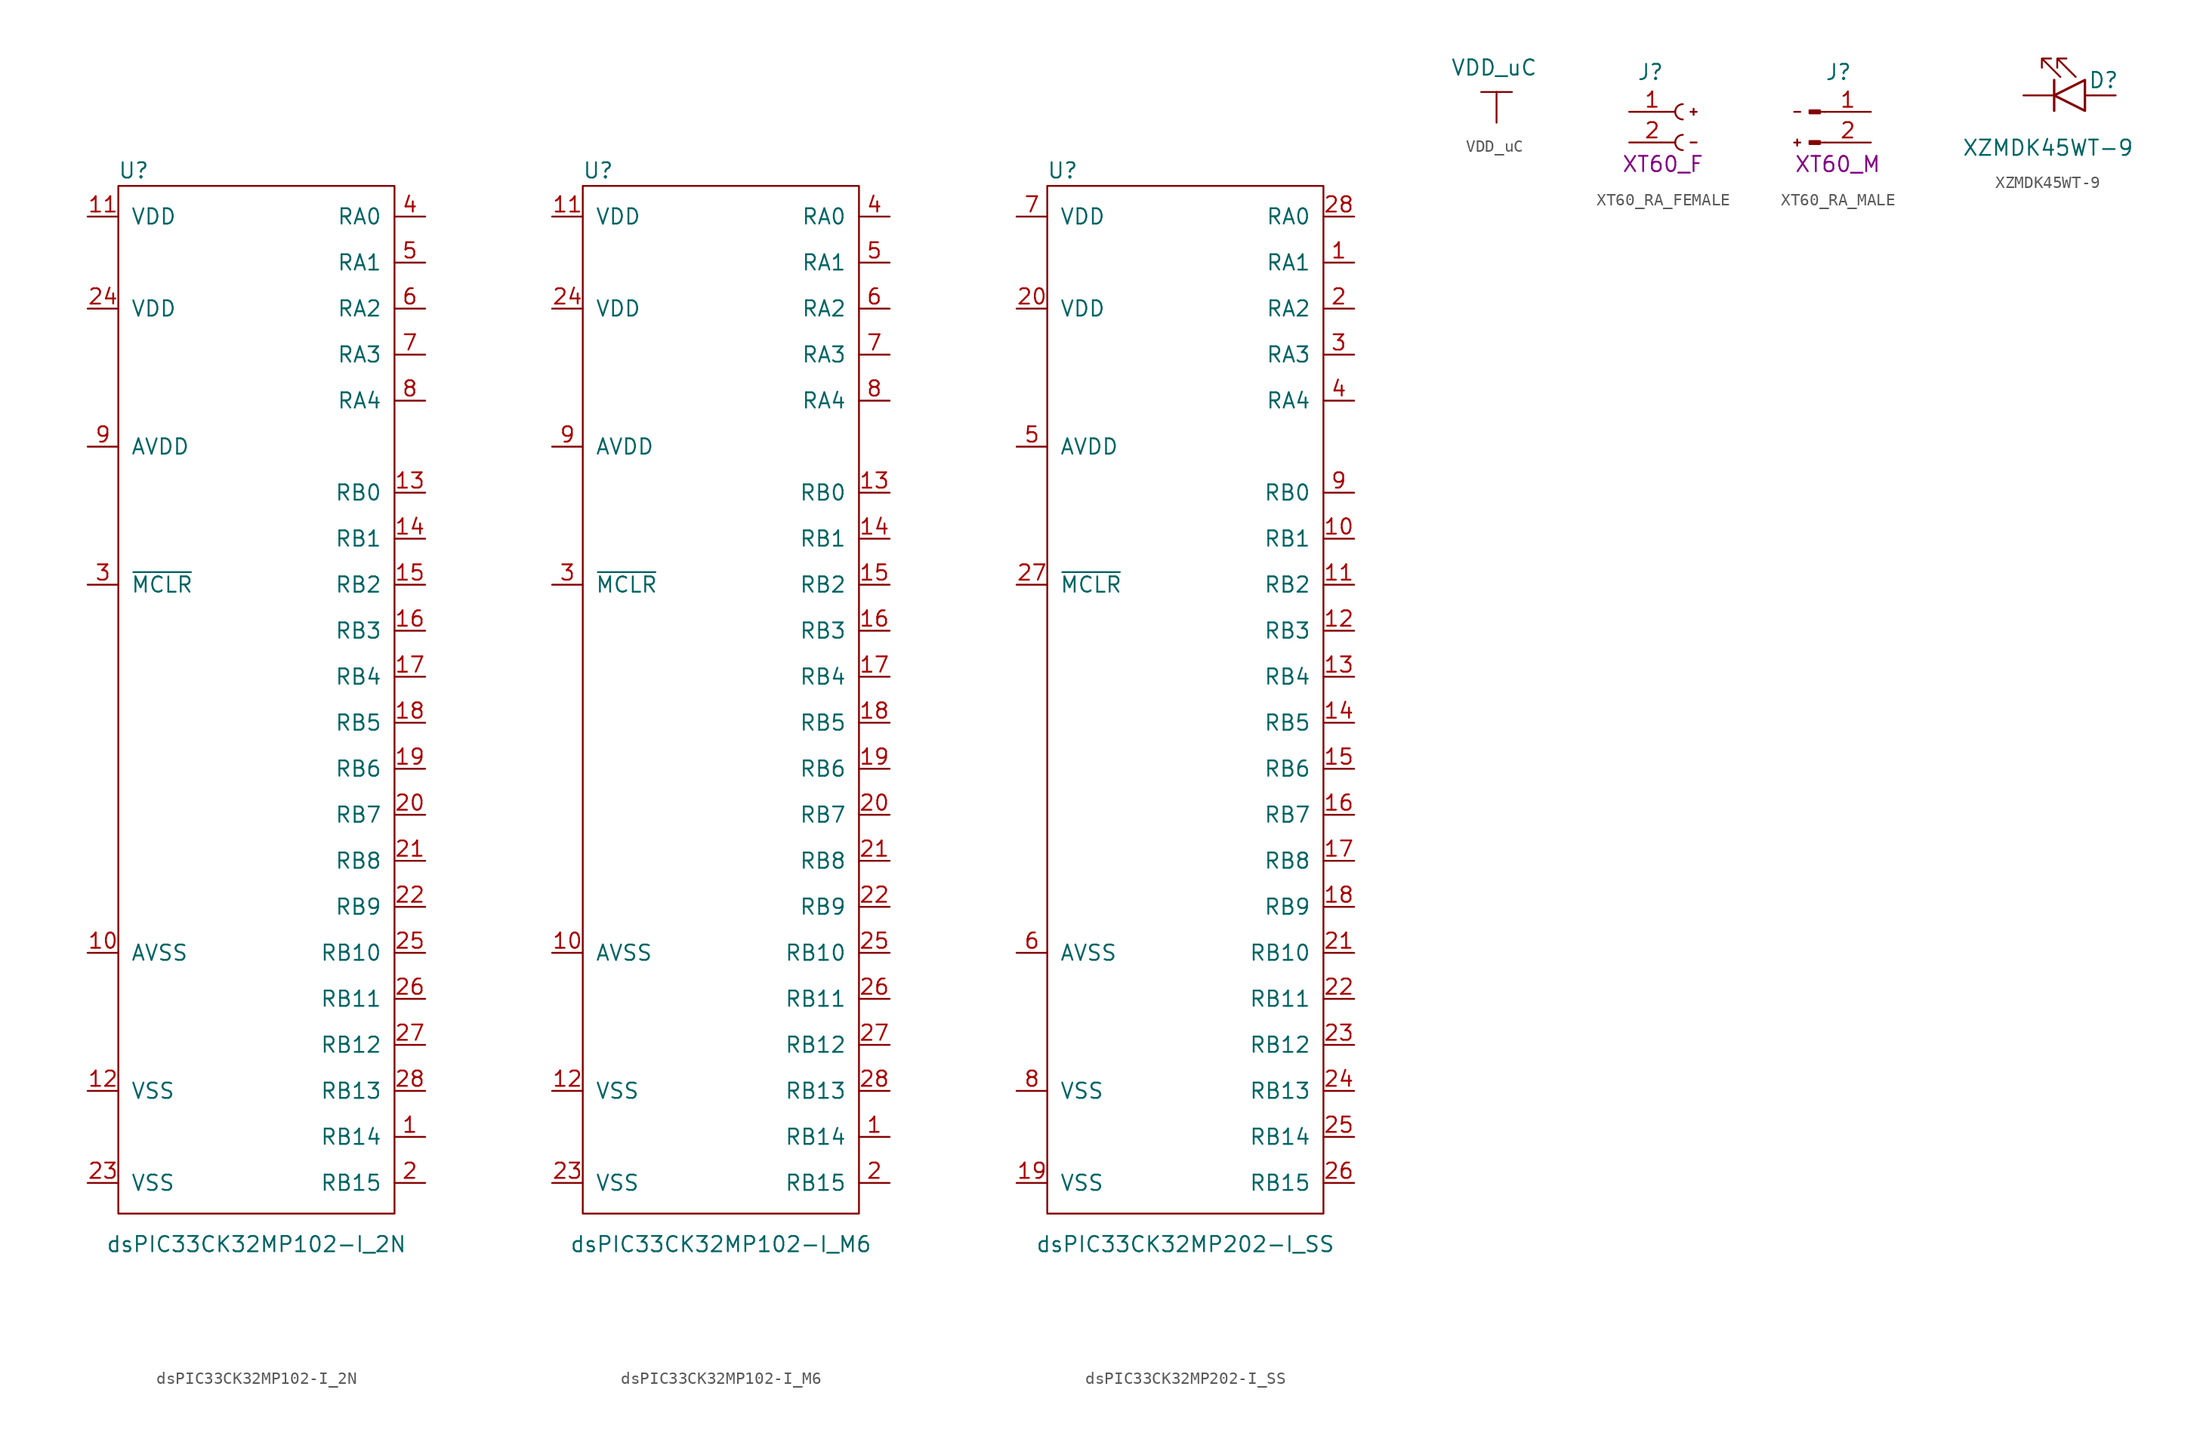
<source format=kicad_sym>
(kicad_symbol_lib
  (version 20210619)
  (generator kicad_symbol_editor)
  (symbol "custom:dsPIC33CK32MP102-I_2N"
    (pin_names
      (offset 1.016))
    (property "Reference" "U"
      (at -21.59 57.15 0)
      (effects (font (size 1.27 1.27))))
    (property "Value" "dsPIC33CK32MP102-I_2N"
      (at -11.43 -31.75 0)
      (effects (font (size 1.27 1.27))))
    (symbol "dsPIC33CK32MP102-I_2N_0_1"
      (rectangle (start -22.86 55.88) (end 0 -29.21) (stroke (width 0)) (fill (type none))))
    (symbol "dsPIC33CK32MP102-I_2N_1_1"
      (pin bidirectional line (at 2.54 -22.86 180) (length 2.54) (name "RB14" (effects (font (size 1.27 1.27)))) (number "1" (effects (font (size 1.27 1.27)))))
      (pin power_in line (at -25.4 -7.62 0) (length 2.54) (name "AVSS" (effects (font (size 1.27 1.27)))) (number "10" (effects (font (size 1.27 1.27)))))
      (pin power_in line (at -25.4 53.34 0) (length 2.54) (name "VDD" (effects (font (size 1.27 1.27)))) (number "11" (effects (font (size 1.27 1.27)))))
      (pin power_in line (at -25.4 -19.05 0) (length 2.54) (name "VSS" (effects (font (size 1.27 1.27)))) (number "12" (effects (font (size 1.27 1.27)))))
      (pin bidirectional line (at 2.54 30.48 180) (length 2.54) (name "RB0" (effects (font (size 1.27 1.27)))) (number "13" (effects (font (size 1.27 1.27)))))
      (pin bidirectional line (at 2.54 26.67 180) (length 2.54) (name "RB1" (effects (font (size 1.27 1.27)))) (number "14" (effects (font (size 1.27 1.27)))))
      (pin bidirectional line (at 2.54 22.86 180) (length 2.54) (name "RB2" (effects (font (size 1.27 1.27)))) (number "15" (effects (font (size 1.27 1.27)))))
      (pin bidirectional line (at 2.54 19.05 180) (length 2.54) (name "RB3" (effects (font (size 1.27 1.27)))) (number "16" (effects (font (size 1.27 1.27)))))
      (pin bidirectional line (at 2.54 15.24 180) (length 2.54) (name "RB4" (effects (font (size 1.27 1.27)))) (number "17" (effects (font (size 1.27 1.27)))))
      (pin bidirectional line (at 2.54 11.43 180) (length 2.54) (name "RB5" (effects (font (size 1.27 1.27)))) (number "18" (effects (font (size 1.27 1.27)))))
      (pin bidirectional line (at 2.54 7.62 180) (length 2.54) (name "RB6" (effects (font (size 1.27 1.27)))) (number "19" (effects (font (size 1.27 1.27)))))
      (pin bidirectional line (at 2.54 -26.67 180) (length 2.54) (name "RB15" (effects (font (size 1.27 1.27)))) (number "2" (effects (font (size 1.27 1.27)))))
      (pin bidirectional line (at 2.54 3.81 180) (length 2.54) (name "RB7" (effects (font (size 1.27 1.27)))) (number "20" (effects (font (size 1.27 1.27)))))
      (pin bidirectional line (at 2.54 0 180) (length 2.54) (name "RB8" (effects (font (size 1.27 1.27)))) (number "21" (effects (font (size 1.27 1.27)))))
      (pin bidirectional line (at 2.54 -3.81 180) (length 2.54) (name "RB9" (effects (font (size 1.27 1.27)))) (number "22" (effects (font (size 1.27 1.27)))))
      (pin power_in line (at -25.4 -26.67 0) (length 2.54) (name "VSS" (effects (font (size 1.27 1.27)))) (number "23" (effects (font (size 1.27 1.27)))))
      (pin power_in line (at -25.4 45.72 0) (length 2.54) (name "VDD" (effects (font (size 1.27 1.27)))) (number "24" (effects (font (size 1.27 1.27)))))
      (pin bidirectional line (at 2.54 -7.62 180) (length 2.54) (name "RB10" (effects (font (size 1.27 1.27)))) (number "25" (effects (font (size 1.27 1.27)))))
      (pin bidirectional line (at 2.54 -11.43 180) (length 2.54) (name "RB11" (effects (font (size 1.27 1.27)))) (number "26" (effects (font (size 1.27 1.27)))))
      (pin bidirectional line (at 2.54 -15.24 180) (length 2.54) (name "RB12" (effects (font (size 1.27 1.27)))) (number "27" (effects (font (size 1.27 1.27)))))
      (pin bidirectional line (at 2.54 -19.05 180) (length 2.54) (name "RB13" (effects (font (size 1.27 1.27)))) (number "28" (effects (font (size 1.27 1.27)))))
      (pin input line (at -25.4 22.86 0) (length 2.54) (name "~{MCLR}" (effects (font (size 1.27 1.27)))) (number "3" (effects (font (size 1.27 1.27)))))
      (pin bidirectional line (at 2.54 53.34 180) (length 2.54) (name "RA0" (effects (font (size 1.27 1.27)))) (number "4" (effects (font (size 1.27 1.27)))))
      (pin bidirectional line (at 2.54 49.53 180) (length 2.54) (name "RA1" (effects (font (size 1.27 1.27)))) (number "5" (effects (font (size 1.27 1.27)))))
      (pin bidirectional line (at 2.54 45.72 180) (length 2.54) (name "RA2" (effects (font (size 1.27 1.27)))) (number "6" (effects (font (size 1.27 1.27)))))
      (pin bidirectional line (at 2.54 41.91 180) (length 2.54) (name "RA3" (effects (font (size 1.27 1.27)))) (number "7" (effects (font (size 1.27 1.27)))))
      (pin bidirectional line (at 2.54 38.1 180) (length 2.54) (name "RA4" (effects (font (size 1.27 1.27)))) (number "8" (effects (font (size 1.27 1.27)))))
      (pin power_in line (at -25.4 34.29 0) (length 2.54) (name "AVDD" (effects (font (size 1.27 1.27)))) (number "9" (effects (font (size 1.27 1.27)))))))
  (symbol "custom:dsPIC33CK32MP102-I_M6"
    (pin_names
      (offset 1.016))
    (property "Reference" "U"
      (at -21.59 57.15 0)
      (effects (font (size 1.27 1.27))))
    (property "Value" "dsPIC33CK32MP102-I_M6"
      (at -11.43 -31.75 0)
      (effects (font (size 1.27 1.27))))
    (symbol "dsPIC33CK32MP102-I_M6_0_1"
      (rectangle (start -22.86 55.88) (end 0 -29.21) (stroke (width 0)) (fill (type none))))
    (symbol "dsPIC33CK32MP102-I_M6_1_1"
      (pin bidirectional line (at 2.54 -22.86 180) (length 2.54) (name "RB14" (effects (font (size 1.27 1.27)))) (number "1" (effects (font (size 1.27 1.27)))))
      (pin power_in line (at -25.4 -7.62 0) (length 2.54) (name "AVSS" (effects (font (size 1.27 1.27)))) (number "10" (effects (font (size 1.27 1.27)))))
      (pin power_in line (at -25.4 53.34 0) (length 2.54) (name "VDD" (effects (font (size 1.27 1.27)))) (number "11" (effects (font (size 1.27 1.27)))))
      (pin power_in line (at -25.4 -19.05 0) (length 2.54) (name "VSS" (effects (font (size 1.27 1.27)))) (number "12" (effects (font (size 1.27 1.27)))))
      (pin bidirectional line (at 2.54 30.48 180) (length 2.54) (name "RB0" (effects (font (size 1.27 1.27)))) (number "13" (effects (font (size 1.27 1.27)))))
      (pin bidirectional line (at 2.54 26.67 180) (length 2.54) (name "RB1" (effects (font (size 1.27 1.27)))) (number "14" (effects (font (size 1.27 1.27)))))
      (pin bidirectional line (at 2.54 22.86 180) (length 2.54) (name "RB2" (effects (font (size 1.27 1.27)))) (number "15" (effects (font (size 1.27 1.27)))))
      (pin bidirectional line (at 2.54 19.05 180) (length 2.54) (name "RB3" (effects (font (size 1.27 1.27)))) (number "16" (effects (font (size 1.27 1.27)))))
      (pin bidirectional line (at 2.54 15.24 180) (length 2.54) (name "RB4" (effects (font (size 1.27 1.27)))) (number "17" (effects (font (size 1.27 1.27)))))
      (pin bidirectional line (at 2.54 11.43 180) (length 2.54) (name "RB5" (effects (font (size 1.27 1.27)))) (number "18" (effects (font (size 1.27 1.27)))))
      (pin bidirectional line (at 2.54 7.62 180) (length 2.54) (name "RB6" (effects (font (size 1.27 1.27)))) (number "19" (effects (font (size 1.27 1.27)))))
      (pin bidirectional line (at 2.54 -26.67 180) (length 2.54) (name "RB15" (effects (font (size 1.27 1.27)))) (number "2" (effects (font (size 1.27 1.27)))))
      (pin bidirectional line (at 2.54 3.81 180) (length 2.54) (name "RB7" (effects (font (size 1.27 1.27)))) (number "20" (effects (font (size 1.27 1.27)))))
      (pin bidirectional line (at 2.54 0 180) (length 2.54) (name "RB8" (effects (font (size 1.27 1.27)))) (number "21" (effects (font (size 1.27 1.27)))))
      (pin bidirectional line (at 2.54 -3.81 180) (length 2.54) (name "RB9" (effects (font (size 1.27 1.27)))) (number "22" (effects (font (size 1.27 1.27)))))
      (pin power_in line (at -25.4 -26.67 0) (length 2.54) (name "VSS" (effects (font (size 1.27 1.27)))) (number "23" (effects (font (size 1.27 1.27)))))
      (pin power_in line (at -25.4 45.72 0) (length 2.54) (name "VDD" (effects (font (size 1.27 1.27)))) (number "24" (effects (font (size 1.27 1.27)))))
      (pin bidirectional line (at 2.54 -7.62 180) (length 2.54) (name "RB10" (effects (font (size 1.27 1.27)))) (number "25" (effects (font (size 1.27 1.27)))))
      (pin bidirectional line (at 2.54 -11.43 180) (length 2.54) (name "RB11" (effects (font (size 1.27 1.27)))) (number "26" (effects (font (size 1.27 1.27)))))
      (pin bidirectional line (at 2.54 -15.24 180) (length 2.54) (name "RB12" (effects (font (size 1.27 1.27)))) (number "27" (effects (font (size 1.27 1.27)))))
      (pin bidirectional line (at 2.54 -19.05 180) (length 2.54) (name "RB13" (effects (font (size 1.27 1.27)))) (number "28" (effects (font (size 1.27 1.27)))))
      (pin input line (at -25.4 22.86 0) (length 2.54) (name "~{MCLR}" (effects (font (size 1.27 1.27)))) (number "3" (effects (font (size 1.27 1.27)))))
      (pin bidirectional line (at 2.54 53.34 180) (length 2.54) (name "RA0" (effects (font (size 1.27 1.27)))) (number "4" (effects (font (size 1.27 1.27)))))
      (pin bidirectional line (at 2.54 49.53 180) (length 2.54) (name "RA1" (effects (font (size 1.27 1.27)))) (number "5" (effects (font (size 1.27 1.27)))))
      (pin bidirectional line (at 2.54 45.72 180) (length 2.54) (name "RA2" (effects (font (size 1.27 1.27)))) (number "6" (effects (font (size 1.27 1.27)))))
      (pin bidirectional line (at 2.54 41.91 180) (length 2.54) (name "RA3" (effects (font (size 1.27 1.27)))) (number "7" (effects (font (size 1.27 1.27)))))
      (pin bidirectional line (at 2.54 38.1 180) (length 2.54) (name "RA4" (effects (font (size 1.27 1.27)))) (number "8" (effects (font (size 1.27 1.27)))))
      (pin power_in line (at -25.4 34.29 0) (length 2.54) (name "AVDD" (effects (font (size 1.27 1.27)))) (number "9" (effects (font (size 1.27 1.27)))))))
  (symbol "custom:dsPIC33CK32MP202-I_SS"
    (pin_names
      (offset 1.016))
    (property "Reference" "U"
      (at -21.59 57.15 0)
      (effects (font (size 1.27 1.27))))
    (property "Value" "dsPIC33CK32MP202-I_SS"
      (at -11.43 -31.75 0)
      (effects (font (size 1.27 1.27))))
    (symbol "dsPIC33CK32MP202-I_SS_0_1"
      (rectangle (start -22.86 55.88) (end 0 -29.21) (stroke (width 0)) (fill (type none))))
    (symbol "dsPIC33CK32MP202-I_SS_1_1"
      (pin bidirectional line (at 2.54 49.53 180) (length 2.54) (name "RA1" (effects (font (size 1.27 1.27)))) (number "1" (effects (font (size 1.27 1.27)))))
      (pin bidirectional line (at 2.54 26.67 180) (length 2.54) (name "RB1" (effects (font (size 1.27 1.27)))) (number "10" (effects (font (size 1.27 1.27)))))
      (pin bidirectional line (at 2.54 22.86 180) (length 2.54) (name "RB2" (effects (font (size 1.27 1.27)))) (number "11" (effects (font (size 1.27 1.27)))))
      (pin bidirectional line (at 2.54 19.05 180) (length 2.54) (name "RB3" (effects (font (size 1.27 1.27)))) (number "12" (effects (font (size 1.27 1.27)))))
      (pin bidirectional line (at 2.54 15.24 180) (length 2.54) (name "RB4" (effects (font (size 1.27 1.27)))) (number "13" (effects (font (size 1.27 1.27)))))
      (pin bidirectional line (at 2.54 11.43 180) (length 2.54) (name "RB5" (effects (font (size 1.27 1.27)))) (number "14" (effects (font (size 1.27 1.27)))))
      (pin bidirectional line (at 2.54 7.62 180) (length 2.54) (name "RB6" (effects (font (size 1.27 1.27)))) (number "15" (effects (font (size 1.27 1.27)))))
      (pin bidirectional line (at 2.54 3.81 180) (length 2.54) (name "RB7" (effects (font (size 1.27 1.27)))) (number "16" (effects (font (size 1.27 1.27)))))
      (pin bidirectional line (at 2.54 0 180) (length 2.54) (name "RB8" (effects (font (size 1.27 1.27)))) (number "17" (effects (font (size 1.27 1.27)))))
      (pin bidirectional line (at 2.54 -3.81 180) (length 2.54) (name "RB9" (effects (font (size 1.27 1.27)))) (number "18" (effects (font (size 1.27 1.27)))))
      (pin power_in line (at -25.4 -26.67 0) (length 2.54) (name "VSS" (effects (font (size 1.27 1.27)))) (number "19" (effects (font (size 1.27 1.27)))))
      (pin bidirectional line (at 2.54 45.72 180) (length 2.54) (name "RA2" (effects (font (size 1.27 1.27)))) (number "2" (effects (font (size 1.27 1.27)))))
      (pin power_in line (at -25.4 45.72 0) (length 2.54) (name "VDD" (effects (font (size 1.27 1.27)))) (number "20" (effects (font (size 1.27 1.27)))))
      (pin bidirectional line (at 2.54 -7.62 180) (length 2.54) (name "RB10" (effects (font (size 1.27 1.27)))) (number "21" (effects (font (size 1.27 1.27)))))
      (pin bidirectional line (at 2.54 -11.43 180) (length 2.54) (name "RB11" (effects (font (size 1.27 1.27)))) (number "22" (effects (font (size 1.27 1.27)))))
      (pin bidirectional line (at 2.54 -15.24 180) (length 2.54) (name "RB12" (effects (font (size 1.27 1.27)))) (number "23" (effects (font (size 1.27 1.27)))))
      (pin bidirectional line (at 2.54 -19.05 180) (length 2.54) (name "RB13" (effects (font (size 1.27 1.27)))) (number "24" (effects (font (size 1.27 1.27)))))
      (pin bidirectional line (at 2.54 -22.86 180) (length 2.54) (name "RB14" (effects (font (size 1.27 1.27)))) (number "25" (effects (font (size 1.27 1.27)))))
      (pin bidirectional line (at 2.54 -26.67 180) (length 2.54) (name "RB15" (effects (font (size 1.27 1.27)))) (number "26" (effects (font (size 1.27 1.27)))))
      (pin input line (at -25.4 22.86 0) (length 2.54) (name "~{MCLR}" (effects (font (size 1.27 1.27)))) (number "27" (effects (font (size 1.27 1.27)))))
      (pin bidirectional line (at 2.54 53.34 180) (length 2.54) (name "RA0" (effects (font (size 1.27 1.27)))) (number "28" (effects (font (size 1.27 1.27)))))
      (pin bidirectional line (at 2.54 41.91 180) (length 2.54) (name "RA3" (effects (font (size 1.27 1.27)))) (number "3" (effects (font (size 1.27 1.27)))))
      (pin bidirectional line (at 2.54 38.1 180) (length 2.54) (name "RA4" (effects (font (size 1.27 1.27)))) (number "4" (effects (font (size 1.27 1.27)))))
      (pin power_in line (at -25.4 34.29 0) (length 2.54) (name "AVDD" (effects (font (size 1.27 1.27)))) (number "5" (effects (font (size 1.27 1.27)))))
      (pin power_in line (at -25.4 -7.62 0) (length 2.54) (name "AVSS" (effects (font (size 1.27 1.27)))) (number "6" (effects (font (size 1.27 1.27)))))
      (pin power_in line (at -25.4 53.34 0) (length 2.54) (name "VDD" (effects (font (size 1.27 1.27)))) (number "7" (effects (font (size 1.27 1.27)))))
      (pin power_in line (at -25.4 -19.05 0) (length 2.54) (name "VSS" (effects (font (size 1.27 1.27)))) (number "8" (effects (font (size 1.27 1.27)))))
      (pin bidirectional line (at 2.54 30.48 180) (length 2.54) (name "RB0" (effects (font (size 1.27 1.27)))) (number "9" (effects (font (size 1.27 1.27)))))))
  (symbol "custom:VDD_uC"
    (power)
    (pin_names
      (offset 0))
    (property "Reference" "#PWR"
      (at 5.08 1.27 0)
      (effects (font (size 1.27 1.27)) hide))
    (property "Value" "VDD_uC"
      (at -3.81 3.81 0)
      (effects (font (size 1.27 1.27)) (justify left bottom)))
    (symbol "VDD_uC_0_1"
      (polyline (pts (xy -1.27 2.54) (xy 0 2.54)) (stroke (width 0)) (fill (type none)))
      (polyline (pts (xy 0 0) (xy 0 2.54)) (stroke (width 0)) (fill (type none)))
      (polyline (pts (xy 0 2.54) (xy 1.27 2.54)) (stroke (width 0)) (fill (type none))))
    (symbol "VDD_uC_1_1"
      (pin power_in line (at 0 0 90) (length 0) hide (name "VDD_uC" (effects (font (size 1.27 1.27)))) (number "1" (effects (font (size 1.27 1.27)))))))
  (symbol "custom:XT60_RA_FEMALE"
    (pin_names
      (offset 1.016) hide)
    (property "Reference" "J"
      (at -1.27 3.81 0)
      (effects (font (size 1.27 1.27)) (justify left bottom)))
    (property "Text" "XT60_F"
      (at -2.54 -3.81 0)
      (effects (font (size 1.27 1.27)) (justify left bottom)))
    (symbol "XT60_RA_FEMALE_0_1"
      (arc (start 2.54 -0.635) (end 2.54 -1.905) (radius (at 2.54 -1.27) (length 0.635) (angles 90.1 -90.1)) (stroke (width 0)) (fill (type none)))
      (arc (start 2.54 1.905) (end 2.54 0.635) (radius (at 2.54 1.27) (length 0.635) (angles 90.1 -90.1)) (stroke (width 0)) (fill (type none)))
      (polyline (pts (xy 3.175 -1.27) (xy 3.683 -1.27)) (stroke (width 0)) (fill (type none)))
      (polyline (pts (xy 3.429 1.524) (xy 3.429 1.016)) (stroke (width 0)) (fill (type none)))
      (polyline (pts (xy 3.683 1.27) (xy 3.175 1.27)) (stroke (width 0)) (fill (type none))))
    (symbol "XT60_RA_FEMALE_1_1"
      (pin passive line (at -1.905 1.27 0) (length 3.81) (name "Pin_1" (effects (font (size 1.27 1.27)))) (number "1" (effects (font (size 1.27 1.27)))))
      (pin passive line (at -1.905 -1.27 0) (length 3.81) (name "Pin_2" (effects (font (size 1.27 1.27)))) (number "2" (effects (font (size 1.27 1.27)))))))
  (symbol "custom:XT60_RA_MALE"
    (pin_names
      (offset 1.016) hide)
    (property "Reference" "J"
      (at -1.27 3.81 0)
      (effects (font (size 1.27 1.27)) (justify left bottom)))
    (property "Text" "XT60_M"
      (at -3.81 -3.81 0)
      (effects (font (size 1.27 1.27)) (justify left bottom)))
    (symbol "XT60_RA_MALE_0_1"
      (polyline (pts (xy -3.81 -1.27) (xy -3.302 -1.27)) (stroke (width 0)) (fill (type none)))
      (polyline (pts (xy -3.556 -1.016) (xy -3.556 -1.524)) (stroke (width 0)) (fill (type none)))
      (polyline (pts (xy -3.302 1.27) (xy -3.81 1.27)) (stroke (width 0)) (fill (type none))))
    (symbol "XT60_RA_MALE_1_1"
      (rectangle (start -1.676 -1.143) (end -2.54 -1.397) (stroke (width 0.152)) (fill (type outline)))
      (rectangle (start -1.676 1.397) (end -2.54 1.143) (stroke (width 0.152)) (fill (type outline)))
      (polyline (pts (xy -1.27 -1.27) (xy -1.676 -1.27)) (stroke (width 0.152)) (fill (type none)))
      (polyline (pts (xy -1.27 1.27) (xy -1.676 1.27)) (stroke (width 0.152)) (fill (type none)))
      (pin passive line (at 2.54 1.27 180) (length 3.81) (name "Pin_1" (effects (font (size 1.27 1.27)))) (number "1" (effects (font (size 1.27 1.27)))))
      (pin passive line (at 2.54 -1.27 180) (length 3.81) (name "Pin_2" (effects (font (size 1.27 1.27)))) (number "2" (effects (font (size 1.27 1.27)))))))
  (symbol "custom:XZMDK45WT-9"
    (pin_numbers hide)
    (pin_names
      (offset 1.016) hide)
    (property "Reference" "D"
      (at 1.524 0.508 0)
      (effects (font (size 1.27 1.27)) (justify left bottom)))
    (property "Value" "XZMDK45WT-9"
      (at -8.89 -5.08 0)
      (effects (font (size 1.27 1.27)) (justify left bottom)))
    (symbol "XZMDK45WT-9_0_1"
      (polyline (pts (xy -1.27 -1.27) (xy -1.27 1.27)) (stroke (width 0.203)) (fill (type none)))
      (polyline (pts (xy 1.27 -1.27) (xy 1.27 1.27) (xy -1.27 0) (xy 1.27 -1.27)) (stroke (width 0.203)) (fill (type none)))
      (polyline (pts (xy -0.762 1.524) (xy -2.286 3.048) (xy -1.524 3.048) (xy -2.286 3.048) (xy -2.286 2.286)) (stroke (width 0)) (fill (type none)))
      (polyline (pts (xy 0.508 1.524) (xy -1.016 3.048) (xy -0.254 3.048) (xy -1.016 3.048) (xy -1.016 2.286)) (stroke (width 0)) (fill (type none))))
    (symbol "XZMDK45WT-9_1_1"
      (pin passive line (at -3.81 0 0) (length 2.54) (name "K" (effects (font (size 1.27 1.27)))) (number "1" (effects (font (size 1.27 1.27)))))
      (pin passive line (at 3.81 0 180) (length 2.54) (name "A" (effects (font (size 1.27 1.27)))) (number "2" (effects (font (size 1.27 1.27))))))))
</source>
